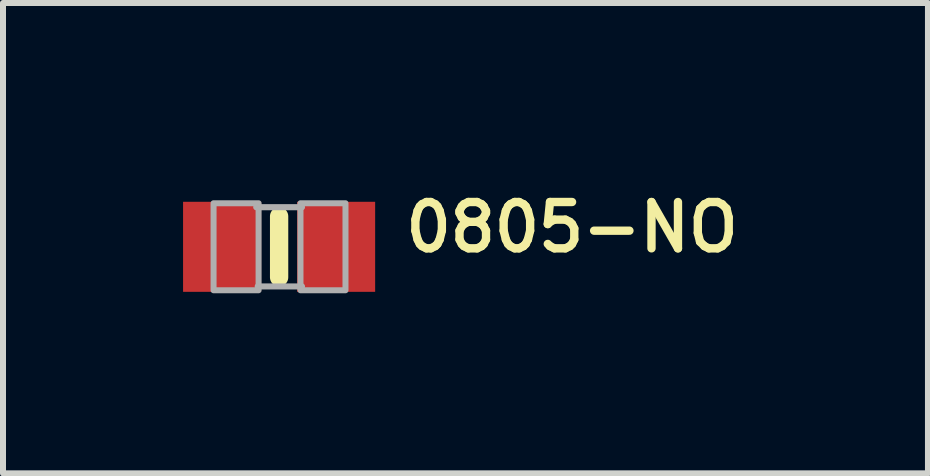
<source format=kicad_pcb>
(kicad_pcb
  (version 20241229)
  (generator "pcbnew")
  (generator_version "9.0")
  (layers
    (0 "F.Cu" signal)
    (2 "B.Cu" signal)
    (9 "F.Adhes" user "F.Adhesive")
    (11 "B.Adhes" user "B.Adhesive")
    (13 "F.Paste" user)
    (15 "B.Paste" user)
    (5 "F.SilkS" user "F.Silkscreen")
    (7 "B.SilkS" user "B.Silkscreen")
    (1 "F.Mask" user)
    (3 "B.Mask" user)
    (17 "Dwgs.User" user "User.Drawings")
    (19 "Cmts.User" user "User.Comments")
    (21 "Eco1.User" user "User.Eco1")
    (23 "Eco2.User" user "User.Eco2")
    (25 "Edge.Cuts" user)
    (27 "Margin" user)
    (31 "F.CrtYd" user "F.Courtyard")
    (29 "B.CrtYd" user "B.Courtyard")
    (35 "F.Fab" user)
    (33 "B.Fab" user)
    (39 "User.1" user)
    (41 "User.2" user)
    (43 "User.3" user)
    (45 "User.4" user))
  (footprint "0805-NO"
    (layer "F.Cu")
    (at 1.6 1.062)
    (property "Reference" "0805-NO" (at 2.032 0.127 0) (layer "F.SilkS") (effects (font (size 0.772 0.772) (thickness 0.139)) (justify left bottom)))
    (attr through_hole)
    (fp_line (start 0 -0.508) (end 0 0.508) (stroke (width 0.305) (type solid)) (layer "F.SilkS"))
    (fp_line (start -0.381 -0.66) (end 0.381 -0.66) (stroke (width 0.102) (type solid)) (layer "F.Fab"))
    (fp_line (start -0.356 0.66) (end 0.381 0.66) (stroke (width 0.102) (type solid)) (layer "F.Fab"))
    (fp_poly (pts (xy -1.092 0.724) (xy -0.342 0.724) (xy -0.342 -0.726) (xy -1.092 -0.726)) (stroke (width 0.1) (type solid)) (fill no) (layer "F.Fab"))
    (fp_poly (pts (xy 0.356 0.724) (xy 1.106 0.724) (xy 1.106 -0.726) (xy 0.356 -0.726)) (stroke (width 0.1) (type solid)) (fill no) (layer "F.Fab"))
    (pad "1" smd rect (at -0.95 0) (size 1.3 1.5) (layers "F.Cu" "F.Mask" "F.Paste"))
    (pad "2" smd rect (at 0.95 0) (size 1.3 1.5) (layers "F.Cu" "F.Mask" "F.Paste")))
  (gr_rect
    (start -3 -3)
    (end 12.41 4.836)
    (stroke (width 0.1) (type default))
    (fill no)
    (layer "Edge.Cuts")))
</source>
